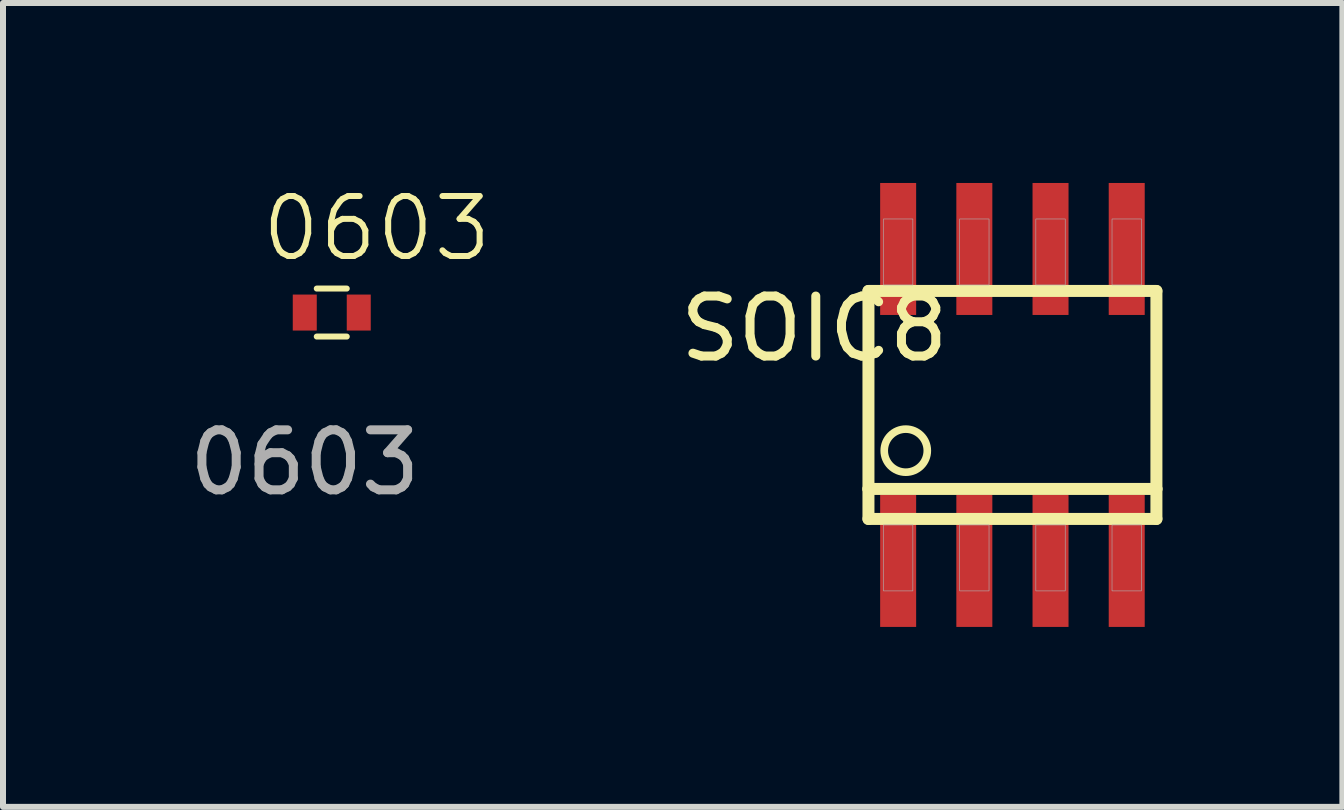
<source format=kicad_pcb>
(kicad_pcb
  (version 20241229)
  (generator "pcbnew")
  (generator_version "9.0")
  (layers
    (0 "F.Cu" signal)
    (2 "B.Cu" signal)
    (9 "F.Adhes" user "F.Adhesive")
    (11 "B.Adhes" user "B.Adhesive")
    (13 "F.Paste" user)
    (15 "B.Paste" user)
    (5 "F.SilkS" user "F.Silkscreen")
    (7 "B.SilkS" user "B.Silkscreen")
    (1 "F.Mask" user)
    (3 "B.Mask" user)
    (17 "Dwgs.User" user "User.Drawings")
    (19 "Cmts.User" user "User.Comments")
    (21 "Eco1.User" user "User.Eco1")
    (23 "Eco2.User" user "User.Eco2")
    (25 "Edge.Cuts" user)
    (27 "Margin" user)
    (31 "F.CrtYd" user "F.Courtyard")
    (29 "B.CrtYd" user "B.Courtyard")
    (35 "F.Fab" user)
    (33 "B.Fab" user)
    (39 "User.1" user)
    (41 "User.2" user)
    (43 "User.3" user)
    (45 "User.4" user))
  (footprint "0603"
    (layer "F.Cu")
    (at 2.03 2.16)
    (property "Reference" "0603" (at 1.2 -1.4 0) (unlocked yes) (layer "F.SilkS") (effects (font (size 1 1) (thickness 0.1))))
    (attr smd)
    (fp_line (start 0.2 -0.4) (end 0.7 -0.4) (stroke (width 0.1) (type default)) (layer "F.SilkS"))
    (fp_line (start 0.2 0.4) (end 0.7 0.4) (stroke (width 0.1) (type default)) (layer "F.SilkS"))
    (fp_text user "${REFERENCE}" (at 0 2.5 0) (unlocked yes) (layer "F.Fab") (effects (font (size 1 1) (thickness 0.15))))
    (pad "1" smd rect (at 0 0) (size 0.4 0.6) (layers "F.Cu" "F.Mask" "F.Paste"))
    (pad "2" smd rect (at 0.9 0) (size 0.4 0.6) (layers "F.Cu" "F.Mask" "F.Paste")))
  (footprint "SOIC8"
    (layer "F.Cu")
    (at 13.826 3.7)
    (property "Reference" "SOIC8" (at -3.302 -1.27 180) (layer "F.SilkS") (effects (font (size 1 1) (thickness 0.15))))
    (attr smd)
    (fp_line (start -2.4 -1.9) (end 2.4 -1.9) (stroke (width 0.2) (type solid)) (layer "F.SilkS"))
    (fp_line (start -2.4 1.4) (end -2.4 -1.9) (stroke (width 0.2) (type solid)) (layer "F.SilkS"))
    (fp_line (start -2.4 1.9) (end -2.4 1.4) (stroke (width 0.2) (type solid)) (layer "F.SilkS"))
    (fp_line (start 2.4 -1.9) (end 2.4 1.4) (stroke (width 0.2) (type solid)) (layer "F.SilkS"))
    (fp_line (start 2.4 1.4) (end -2.4 1.4) (stroke (width 0.2) (type solid)) (layer "F.SilkS"))
    (fp_line (start 2.4 1.4) (end 2.4 1.9) (stroke (width 0.2) (type solid)) (layer "F.SilkS"))
    (fp_line (start 2.4 1.9) (end -2.4 1.9) (stroke (width 0.2) (type solid)) (layer "F.SilkS"))
    (fp_circle (center -1.778 0.762) (end -1.419 0.762) (stroke (width 0.127) (type solid)) (fill no) (layer "F.SilkS"))
    (fp_poly (pts (xy -2.15 -3.1) (xy -1.66 -3.1) (xy -1.66 -2) (xy -2.15 -2)) (stroke (width 0.01) (type solid)) (fill no) (layer "F.Fab"))
    (fp_poly (pts (xy -2.15 2) (xy -1.66 2) (xy -1.66 3.1) (xy -2.15 3.1)) (stroke (width 0.01) (type solid)) (fill no) (layer "F.Fab"))
    (fp_poly (pts (xy -0.88 -3.1) (xy -0.39 -3.1) (xy -0.39 -2) (xy -0.88 -2)) (stroke (width 0.01) (type solid)) (fill no) (layer "F.Fab"))
    (fp_poly (pts (xy -0.88 2) (xy -0.39 2) (xy -0.39 3.1) (xy -0.88 3.1)) (stroke (width 0.01) (type solid)) (fill no) (layer "F.Fab"))
    (fp_poly (pts (xy 0.39 -3.1) (xy 0.88 -3.1) (xy 0.88 -2) (xy 0.39 -2)) (stroke (width 0.01) (type solid)) (fill no) (layer "F.Fab"))
    (fp_poly (pts (xy 0.39 2) (xy 0.88 2) (xy 0.88 3.1) (xy 0.39 3.1)) (stroke (width 0.01) (type solid)) (fill no) (layer "F.Fab"))
    (fp_poly (pts (xy 1.66 -3.1) (xy 2.15 -3.1) (xy 2.15 -2) (xy 1.66 -2)) (stroke (width 0.01) (type solid)) (fill no) (layer "F.Fab"))
    (fp_poly (pts (xy 1.66 2) (xy 2.15 2) (xy 2.15 3.1) (xy 1.66 3.1)) (stroke (width 0.01) (type solid)) (fill no) (layer "F.Fab"))
    (pad "1" smd rect (at -1.905 2.6) (size 0.6 2.2) (layers "F.Cu" "F.Mask" "F.Paste"))
    (pad "2" smd rect (at -0.635 2.6) (size 0.6 2.2) (layers "F.Cu" "F.Mask" "F.Paste"))
    (pad "3" smd rect (at 0.635 2.6) (size 0.6 2.2) (layers "F.Cu" "F.Mask" "F.Paste"))
    (pad "4" smd rect (at 1.905 2.6) (size 0.6 2.2) (layers "F.Cu" "F.Mask" "F.Paste"))
    (pad "5" smd rect (at 1.905 -2.6) (size 0.6 2.2) (layers "F.Cu" "F.Mask" "F.Paste"))
    (pad "6" smd rect (at 0.635 -2.6) (size 0.6 2.2) (layers "F.Cu" "F.Mask" "F.Paste"))
    (pad "7" smd rect (at -0.635 -2.6) (size 0.6 2.2) (layers "F.Cu" "F.Mask" "F.Paste"))
    (pad "8" smd rect (at -1.905 -2.6) (size 0.6 2.2) (layers "F.Cu" "F.Mask" "F.Paste")))
  (gr_rect
    (start -3 -3)
    (end 19.326 10.4)
    (stroke (width 0.1) (type default))
    (fill no)
    (layer "Edge.Cuts")))
</source>
